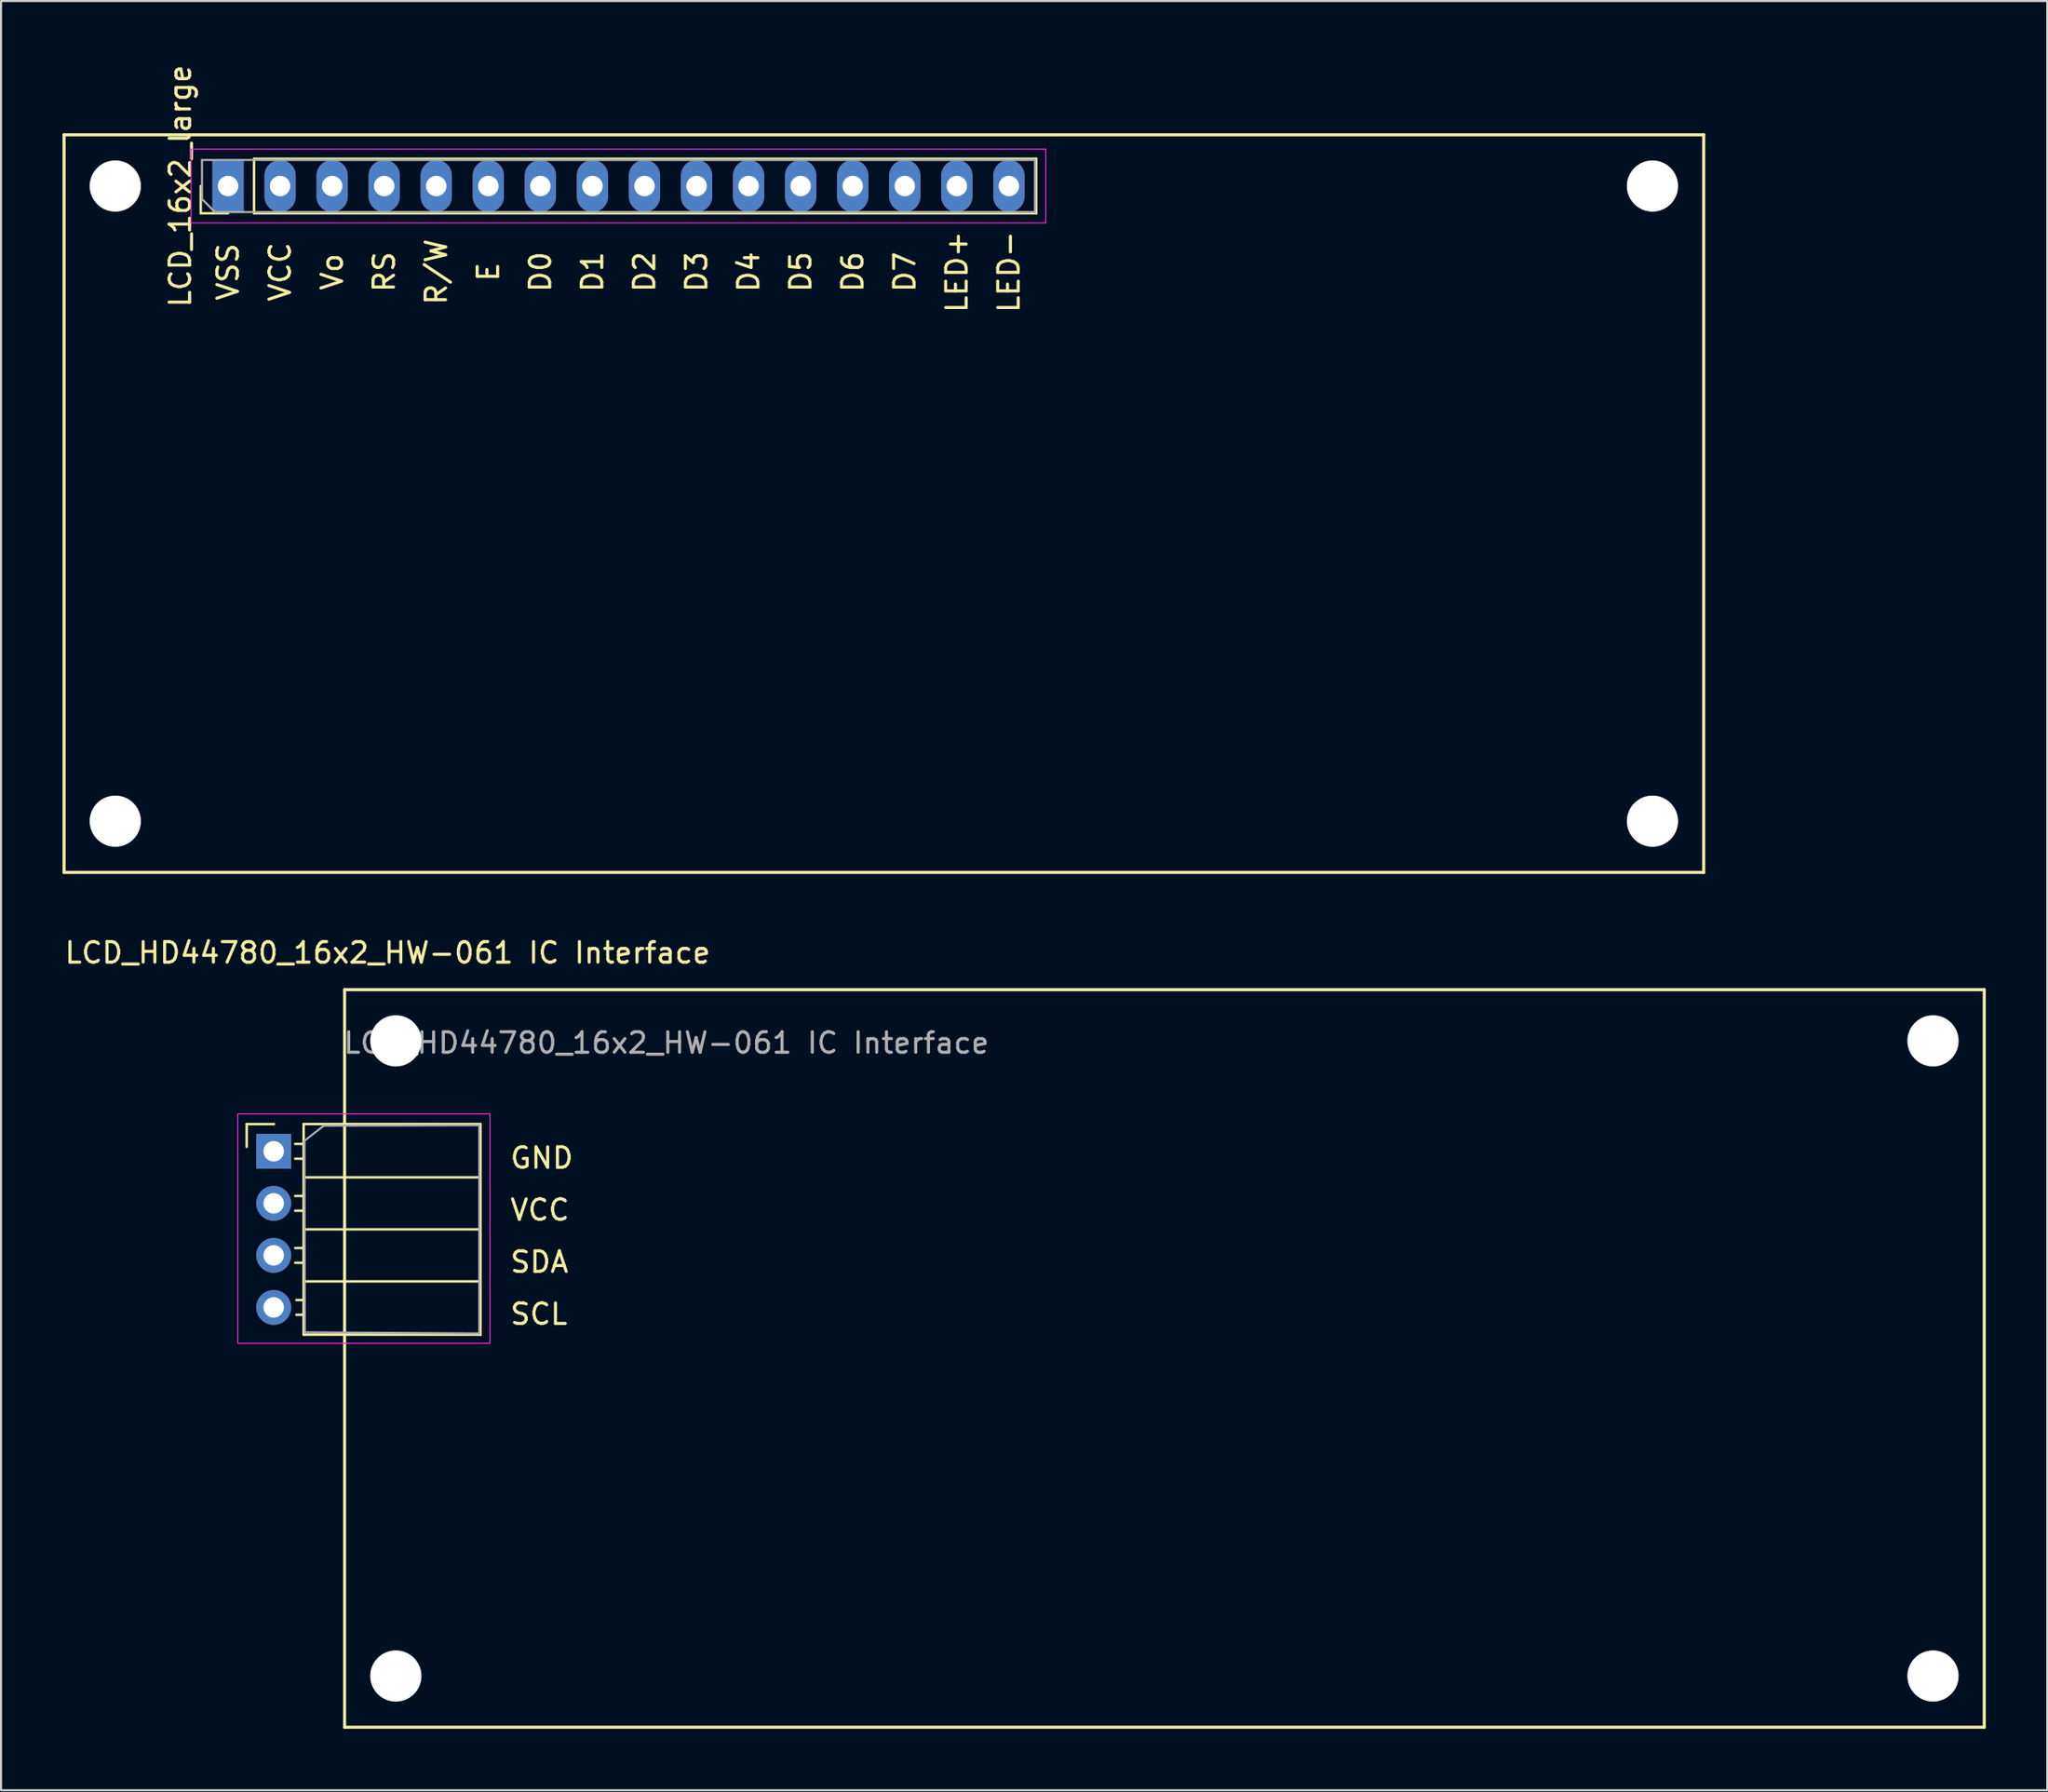
<source format=kicad_pcb>
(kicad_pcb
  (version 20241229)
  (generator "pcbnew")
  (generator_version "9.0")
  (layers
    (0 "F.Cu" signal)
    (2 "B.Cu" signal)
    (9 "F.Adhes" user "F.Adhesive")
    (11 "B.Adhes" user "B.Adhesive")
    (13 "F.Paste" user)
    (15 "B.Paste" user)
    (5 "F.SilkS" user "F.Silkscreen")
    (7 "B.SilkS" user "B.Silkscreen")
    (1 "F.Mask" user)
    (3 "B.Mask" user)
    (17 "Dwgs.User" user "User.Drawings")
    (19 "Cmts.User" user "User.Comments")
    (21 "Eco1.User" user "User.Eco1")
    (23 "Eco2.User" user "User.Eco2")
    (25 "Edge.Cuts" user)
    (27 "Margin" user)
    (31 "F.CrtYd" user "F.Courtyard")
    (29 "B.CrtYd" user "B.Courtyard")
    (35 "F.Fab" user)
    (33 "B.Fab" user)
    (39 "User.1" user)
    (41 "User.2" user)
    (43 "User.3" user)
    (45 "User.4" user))
  (footprint "LCD_16x2_large"
    (layer "F.Cu")
    (at 8.075 6.03)
    (property "Reference" "LCD_16x2_large" (at -2.33 0 90) (layer "F.SilkS") (effects (font (size 1 1) (thickness 0.15))))
    (attr through_hole)
    (fp_line (start -8 -2.5) (end -8 33.5) (stroke (width 0.15) (type solid)) (layer "F.SilkS"))
    (fp_line (start -8 33.5) (end 72 33.5) (stroke (width 0.15) (type solid)) (layer "F.SilkS"))
    (fp_line (start -1.33 1.33) (end -1.33 0) (stroke (width 0.12) (type solid)) (layer "F.SilkS"))
    (fp_line (start 0 1.33) (end -1.33 1.33) (stroke (width 0.12) (type solid)) (layer "F.SilkS"))
    (fp_line (start 1.27 -1.33) (end 39.43 -1.33) (stroke (width 0.12) (type solid)) (layer "F.SilkS"))
    (fp_line (start 1.27 1.33) (end 1.27 -1.33) (stroke (width 0.12) (type solid)) (layer "F.SilkS"))
    (fp_line (start 1.27 1.33) (end 39.43 1.33) (stroke (width 0.12) (type solid)) (layer "F.SilkS"))
    (fp_line (start 39.43 1.33) (end 39.43 -1.33) (stroke (width 0.12) (type solid)) (layer "F.SilkS"))
    (fp_line (start 72 -2.5) (end -8 -2.5) (stroke (width 0.15) (type solid)) (layer "F.SilkS"))
    (fp_line (start 72 33.5) (end 72 -2.5) (stroke (width 0.15) (type solid)) (layer "F.SilkS"))
    (fp_line (start -1.8 -1.8) (end -1.8 1.8) (stroke (width 0.05) (type solid)) (layer "F.CrtYd"))
    (fp_line (start -1.8 1.8) (end 39.9 1.8) (stroke (width 0.05) (type solid)) (layer "F.CrtYd"))
    (fp_line (start 39.9 -1.8) (end -1.8 -1.8) (stroke (width 0.05) (type solid)) (layer "F.CrtYd"))
    (fp_line (start 39.9 1.8) (end 39.9 -1.8) (stroke (width 0.05) (type solid)) (layer "F.CrtYd"))
    (fp_line (start -1.27 -1.27) (end 39.37 -1.27) (stroke (width 0.1) (type solid)) (layer "F.Fab"))
    (fp_line (start -1.27 0.635) (end -1.27 -1.27) (stroke (width 0.1) (type solid)) (layer "F.Fab"))
    (fp_line (start -0.635 1.27) (end -1.27 0.635) (stroke (width 0.1) (type solid)) (layer "F.Fab"))
    (fp_line (start 39.37 -1.27) (end 39.37 1.27) (stroke (width 0.1) (type solid)) (layer "F.Fab"))
    (fp_line (start 39.37 1.27) (end -0.635 1.27) (stroke (width 0.1) (type solid)) (layer "F.Fab"))
    (fp_text user "Vo" (at 5.08 4.19 90) (layer "F.SilkS") (effects (font (size 1 1) (thickness 0.15))))
    (fp_text user "LED+" (at 35.56 4.19 90) (layer "F.SilkS") (effects (font (size 1 1) (thickness 0.15))))
    (fp_text user "E" (at 12.7 4.19 90) (layer "F.SilkS") (effects (font (size 1 1) (thickness 0.15))))
    (fp_text user "VSS" (at 0 4.19 90) (layer "F.SilkS") (effects (font (size 1 1) (thickness 0.15))))
    (fp_text user "VCC" (at 2.54 4.19 90) (layer "F.SilkS") (effects (font (size 1 1) (thickness 0.15))))
    (fp_text user "D4" (at 25.4 4.19 90) (layer "F.SilkS") (effects (font (size 1 1) (thickness 0.15))))
    (fp_text user "D6" (at 30.48 4.19 90) (layer "F.SilkS") (effects (font (size 1 1) (thickness 0.15))))
    (fp_text user "D0" (at 15.24 4.19 90) (layer "F.SilkS") (effects (font (size 1 1) (thickness 0.15))))
    (fp_text user "RS" (at 7.62 4.19 90) (layer "F.SilkS") (effects (font (size 1 1) (thickness 0.15))))
    (fp_text user "LED-" (at 38.1 4.19 90) (layer "F.SilkS") (effects (font (size 1 1) (thickness 0.15))))
    (fp_text user "R/W" (at 10.16 4.19 90) (layer "F.SilkS") (effects (font (size 1 1) (thickness 0.15))))
    (fp_text user "D7" (at 33.02 4.19 90) (layer "F.SilkS") (effects (font (size 1 1) (thickness 0.15))))
    (fp_text user "D3" (at 22.86 4.19 90) (layer "F.SilkS") (effects (font (size 1 1) (thickness 0.15))))
    (fp_text user "D5" (at 27.94 4.19 90) (layer "F.SilkS") (effects (font (size 1 1) (thickness 0.15))))
    (fp_text user "D1" (at 17.78 4.19 90) (layer "F.SilkS") (effects (font (size 1 1) (thickness 0.15))))
    (fp_text user "D2" (at 20.32 4.19 90) (layer "F.SilkS") (effects (font (size 1 1) (thickness 0.15))))
    (pad "" np_thru_hole circle (at -5.5 0) (size 2.5 2.5) (drill 2.5) (layers "*.Cu" "*.Mask"))
    (pad "" np_thru_hole circle (at -5.5 31) (size 2.5 2.5) (drill 2.5) (layers "*.Cu" "*.Mask"))
    (pad "" np_thru_hole circle (at 69.5 0) (size 2.5 2.5) (drill 2.5) (layers "*.Cu" "*.Mask"))
    (pad "" np_thru_hole circle (at 69.5 31) (size 2.5 2.5) (drill 2.5) (layers "*.Cu" "*.Mask"))
    (pad "1" thru_hole rect (at 0 0 90) (size 2.54 1.524) (drill 1) (layers "*.Cu" "*.Mask"))
    (pad "2" thru_hole oval (at 2.54 0 90) (size 2.54 1.524) (drill 1) (layers "*.Cu" "*.Mask"))
    (pad "3" thru_hole oval (at 5.08 0 90) (size 2.54 1.524) (drill 1) (layers "*.Cu" "*.Mask"))
    (pad "4" thru_hole oval (at 7.62 0 90) (size 2.54 1.524) (drill 1) (layers "*.Cu" "*.Mask"))
    (pad "5" thru_hole oval (at 10.16 0 90) (size 2.54 1.524) (drill 1) (layers "*.Cu" "*.Mask"))
    (pad "6" thru_hole oval (at 12.7 0 90) (size 2.54 1.524) (drill 1) (layers "*.Cu" "*.Mask"))
    (pad "7" thru_hole oval (at 15.24 0 90) (size 2.54 1.524) (drill 1) (layers "*.Cu" "*.Mask"))
    (pad "8" thru_hole oval (at 17.78 0 90) (size 2.54 1.524) (drill 1) (layers "*.Cu" "*.Mask"))
    (pad "9" thru_hole oval (at 20.32 0 90) (size 2.54 1.524) (drill 1) (layers "*.Cu" "*.Mask"))
    (pad "10" thru_hole oval (at 22.86 0 90) (size 2.54 1.524) (drill 1) (layers "*.Cu" "*.Mask"))
    (pad "11" thru_hole oval (at 25.4 0 90) (size 2.54 1.524) (drill 1) (layers "*.Cu" "*.Mask"))
    (pad "12" thru_hole oval (at 27.94 0 90) (size 2.54 1.524) (drill 1) (layers "*.Cu" "*.Mask"))
    (pad "13" thru_hole oval (at 30.48 0 90) (size 2.54 1.524) (drill 1) (layers "*.Cu" "*.Mask"))
    (pad "14" thru_hole oval (at 33.02 0 90) (size 2.54 1.524) (drill 1) (layers "*.Cu" "*.Mask"))
    (pad "15" thru_hole oval (at 35.56 0 90) (size 2.54 1.524) (drill 1) (layers "*.Cu" "*.Mask"))
    (pad "16" thru_hole oval (at 38.1 0 90) (size 2.54 1.524) (drill 1) (layers "*.Cu" "*.Mask")))
  (footprint "LCD_HD44780_16x2_HW-061 IC Interface"
    (layer "F.Cu")
    (at 21.763 47.753)
    (property "Reference" "LCD_HD44780_16x2_HW-061 IC Interface" (at -5.9 -4.3 180) (layer "F.SilkS") (effects (font (size 1 1) (thickness 0.15))))
    (attr through_hole)
    (fp_line (start -12.776 4.064) (end -11.446 4.064) (stroke (width 0.12) (type solid)) (layer "F.SilkS"))
    (fp_line (start -12.776 5.174) (end -12.776 4.064) (stroke (width 0.12) (type solid)) (layer "F.SilkS"))
    (fp_line (start -10 5.03) (end -10.41 5.03) (stroke (width 0.12) (type solid)) (layer "F.SilkS"))
    (fp_line (start -10 5.75) (end -10.41 5.75) (stroke (width 0.12) (type solid)) (layer "F.SilkS"))
    (fp_line (start -10 7.57) (end -10.41 7.57) (stroke (width 0.12) (type solid)) (layer "F.SilkS"))
    (fp_line (start -10 8.29) (end -10.41 8.29) (stroke (width 0.12) (type solid)) (layer "F.SilkS"))
    (fp_line (start -10 10.11) (end -10.41 10.11) (stroke (width 0.12) (type solid)) (layer "F.SilkS"))
    (fp_line (start -10 10.83) (end -10.41 10.83) (stroke (width 0.12) (type solid)) (layer "F.SilkS"))
    (fp_line (start -10 12.65) (end -10.35 12.65) (stroke (width 0.12) (type solid)) (layer "F.SilkS"))
    (fp_line (start -10 13.37) (end -10.35 13.37) (stroke (width 0.12) (type solid)) (layer "F.SilkS"))
    (fp_line (start -10 14.34) (end -10 4.06) (stroke (width 0.12) (type solid)) (layer "F.SilkS"))
    (fp_line (start -8 -2.5) (end -8 33.5) (stroke (width 0.15) (type solid)) (layer "F.SilkS"))
    (fp_line (start -8 33.5) (end 72 33.5) (stroke (width 0.15) (type solid)) (layer "F.SilkS"))
    (fp_line (start -1.37 4.06) (end -10 4.06) (stroke (width 0.12) (type solid)) (layer "F.SilkS"))
    (fp_line (start -1.37 6.66) (end -10 6.66) (stroke (width 0.12) (type solid)) (layer "F.SilkS"))
    (fp_line (start -1.37 9.2) (end -10 9.2) (stroke (width 0.12) (type solid)) (layer "F.SilkS"))
    (fp_line (start -1.37 11.74) (end -10 11.74) (stroke (width 0.12) (type solid)) (layer "F.SilkS"))
    (fp_line (start -1.37 14.34) (end -10 14.34) (stroke (width 0.12) (type solid)) (layer "F.SilkS"))
    (fp_line (start -1.37 14.34) (end -1.37 4.06) (stroke (width 0.12) (type solid)) (layer "F.SilkS"))
    (fp_line (start 72 -2.5) (end -8 -2.5) (stroke (width 0.15) (type solid)) (layer "F.SilkS"))
    (fp_line (start 72 33.5) (end 72 -2.5) (stroke (width 0.15) (type solid)) (layer "F.SilkS"))
    (fp_line (start -13.21 3.56) (end -13.21 14.76) (stroke (width 0.05) (type solid)) (layer "F.CrtYd"))
    (fp_line (start -13.21 14.76) (end -0.91 14.76) (stroke (width 0.05) (type solid)) (layer "F.CrtYd"))
    (fp_line (start -0.91 3.56) (end -13.21 3.56) (stroke (width 0.05) (type solid)) (layer "F.CrtYd"))
    (fp_line (start -0.91 14.76) (end -0.91 3.56) (stroke (width 0.05) (type solid)) (layer "F.CrtYd"))
    (fp_line (start -9.957 4.877) (end -9.017 4.14) (stroke (width 0.1) (type default)) (layer "F.Fab"))
    (fp_line (start -9.94 14.224) (end -9.957 4.877) (stroke (width 0.1) (type solid)) (layer "F.Fab"))
    (fp_line (start -9.94 14.224) (end -1.43 14.28) (stroke (width 0.1) (type default)) (layer "F.Fab"))
    (fp_line (start -9.017 4.14) (end -1.43 4.12) (stroke (width 0.1) (type solid)) (layer "F.Fab"))
    (fp_line (start -1.43 4.12) (end -1.43 14.28) (stroke (width 0.1) (type solid)) (layer "F.Fab"))
    (fp_text user "GND" (at 0 5.715 0) (unlocked yes) (layer "F.SilkS") (effects (font (size 1 1) (thickness 0.15)) (justify left)))
    (fp_text user "SDA" (at 0 10.795 0) (unlocked yes) (layer "F.SilkS") (effects (font (size 1 1) (thickness 0.15)) (justify left)))
    (fp_text user "SCL" (at 0 13.335 0) (unlocked yes) (layer "F.SilkS") (effects (font (size 1 1) (thickness 0.15)) (justify left)))
    (fp_text user "VCC" (at 0 8.255 0) (unlocked yes) (layer "F.SilkS") (effects (font (size 1 1) (thickness 0.15)) (justify left)))
    (fp_text user "${REFERENCE}" (at 7.7 0.1 0) (layer "F.Fab") (effects (font (size 1 1) (thickness 0.15))))
    (pad "" np_thru_hole circle (at -5.5 0) (size 2.5 2.5) (drill 2.5) (layers "*.Cu" "*.Mask"))
    (pad "" np_thru_hole circle (at -5.5 31) (size 2.5 2.5) (drill 2.5) (layers "*.Cu" "*.Mask"))
    (pad "" np_thru_hole circle (at 69.5 0) (size 2.5 2.5) (drill 2.5) (layers "*.Cu" "*.Mask"))
    (pad "" np_thru_hole circle (at 69.5 31) (size 2.5 2.5) (drill 2.5) (layers "*.Cu" "*.Mask"))
    (pad "1" thru_hole rect (at -11.46 5.39 180) (size 1.7 1.7) (drill 1) (layers "*.Cu" "*.Mask"))
    (pad "2" thru_hole oval (at -11.46 7.93 180) (size 1.7 1.7) (drill 1) (layers "*.Cu" "*.Mask"))
    (pad "3" thru_hole oval (at -11.46 10.47 180) (size 1.7 1.7) (drill 1) (layers "*.Cu" "*.Mask"))
    (pad "4" thru_hole circle (at -11.46 13.01 180) (size 1.7 1.7) (drill 1) (layers "*.Cu" "*.Mask")))
  (gr_rect
    (start -3 -3)
    (end 96.838 84.328)
    (stroke (width 0.1) (type default))
    (fill no)
    (layer "Edge.Cuts")))
</source>
